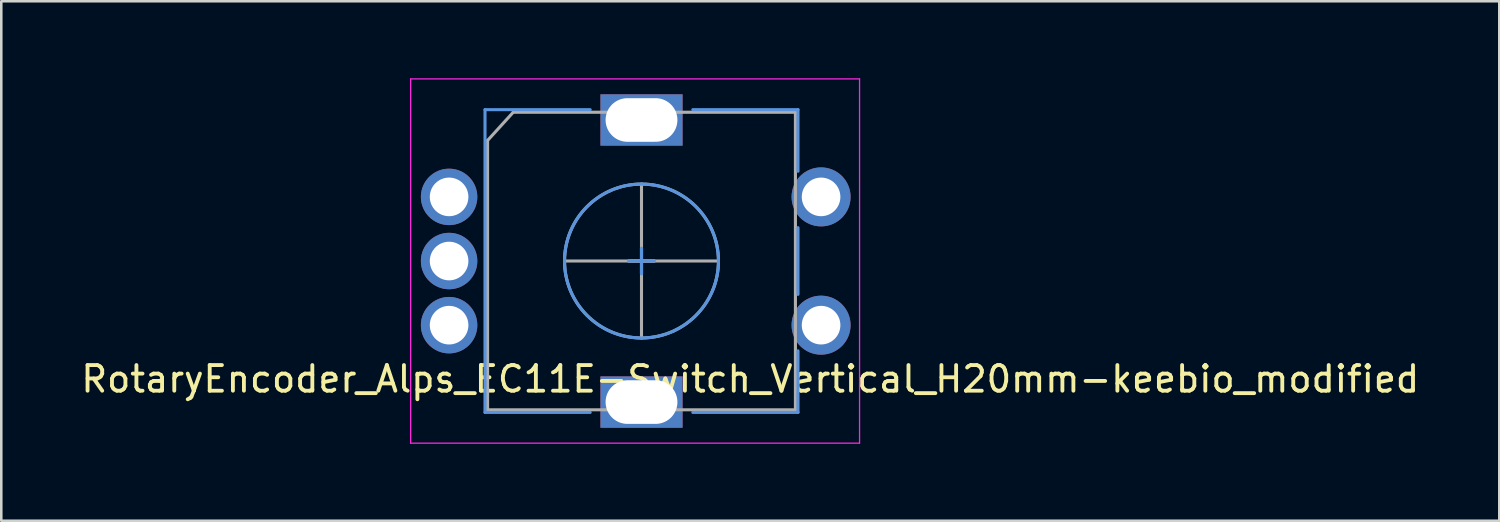
<source format=kicad_pcb>
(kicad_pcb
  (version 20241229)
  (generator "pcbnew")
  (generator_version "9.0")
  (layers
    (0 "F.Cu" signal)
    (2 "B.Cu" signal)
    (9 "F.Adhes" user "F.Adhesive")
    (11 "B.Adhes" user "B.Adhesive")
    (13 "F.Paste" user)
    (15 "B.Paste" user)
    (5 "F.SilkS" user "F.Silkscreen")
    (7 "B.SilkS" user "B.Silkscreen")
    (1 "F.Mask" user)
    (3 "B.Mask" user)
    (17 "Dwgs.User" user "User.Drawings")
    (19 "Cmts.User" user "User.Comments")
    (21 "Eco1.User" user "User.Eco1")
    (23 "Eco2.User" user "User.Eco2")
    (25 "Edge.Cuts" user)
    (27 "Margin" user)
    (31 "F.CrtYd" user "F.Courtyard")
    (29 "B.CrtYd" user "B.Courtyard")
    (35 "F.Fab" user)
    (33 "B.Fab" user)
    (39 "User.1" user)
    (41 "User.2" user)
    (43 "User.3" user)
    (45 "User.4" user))
  (footprint "RotaryEncoder_Alps_EC11E-Switch_Vertical_H20mm-keebio_modified"
    (layer "F.Cu")
    (at 21.956 7.125)
    (property "Reference" "RotaryEncoder_Alps_EC11E-Switch_Vertical_H20mm-keebio_modified" (at 4.24 4.6 180) (layer "F.SilkS") (effects (font (size 1 1) (thickness 0.15))))
    (attr through_hole)
    (fp_line (start -0.5 0) (end 0.5 0) (stroke (width 0.12) (type solid)) (layer "B.SilkS"))
    (fp_line (start 0 -0.5) (end 0 0.5) (stroke (width 0.12) (type solid)) (layer "B.SilkS"))
    (fp_line (start -6.1 -5.9) (end -6.1 5.9) (stroke (width 0.12) (type solid)) (layer "Cmts.User"))
    (fp_line (start -2 -5.9) (end -6.1 -5.9) (stroke (width 0.12) (type solid)) (layer "Cmts.User"))
    (fp_line (start -2 5.9) (end -6.1 5.9) (stroke (width 0.12) (type solid)) (layer "Cmts.User"))
    (fp_line (start -0.5 0) (end 0.5 0) (stroke (width 0.12) (type solid)) (layer "Cmts.User"))
    (fp_line (start 0 -0.5) (end 0 0.5) (stroke (width 0.12) (type solid)) (layer "Cmts.User"))
    (fp_line (start 2 -5.9) (end 6.1 -5.9) (stroke (width 0.12) (type solid)) (layer "Cmts.User"))
    (fp_line (start 6.1 -5.9) (end 6.1 -3.5) (stroke (width 0.12) (type solid)) (layer "Cmts.User"))
    (fp_line (start 6.1 -1.3) (end 6.1 1.3) (stroke (width 0.12) (type solid)) (layer "Cmts.User"))
    (fp_line (start 6.1 3.5) (end 6.1 5.9) (stroke (width 0.12) (type solid)) (layer "Cmts.User"))
    (fp_line (start 6.1 5.9) (end 2 5.9) (stroke (width 0.12) (type solid)) (layer "Cmts.User"))
    (fp_circle (center 0 0) (end 3 0) (stroke (width 0.12) (type solid)) (fill no) (layer "Cmts.User"))
    (fp_circle (center 0 -5.5) (end 0.85 -5.5) (stroke (width 0.001) (type solid)) (fill no) (layer "Eco1.User"))
    (fp_circle (center 0 5.5) (end 0.85 5.5) (stroke (width 0.001) (type solid)) (fill no) (layer "Eco1.User"))
    (fp_line (start -9 -7.1) (end -9 7.1) (stroke (width 0.05) (type solid)) (layer "F.CrtYd"))
    (fp_line (start -9 -7.1) (end 8.5 -7.1) (stroke (width 0.05) (type solid)) (layer "F.CrtYd"))
    (fp_line (start 8.5 7.1) (end -9 7.1) (stroke (width 0.05) (type solid)) (layer "F.CrtYd"))
    (fp_line (start 8.5 7.1) (end 8.5 -7.1) (stroke (width 0.05) (type solid)) (layer "F.CrtYd"))
    (fp_line (start -6 -4.7) (end -5 -5.8) (stroke (width 0.12) (type solid)) (layer "F.Fab"))
    (fp_line (start -6 5.8) (end -6 -4.7) (stroke (width 0.12) (type solid)) (layer "F.Fab"))
    (fp_line (start -5 -5.8) (end 6 -5.8) (stroke (width 0.12) (type solid)) (layer "F.Fab"))
    (fp_line (start -3 0) (end 3 0) (stroke (width 0.12) (type solid)) (layer "F.Fab"))
    (fp_line (start 0 -3) (end 0 3) (stroke (width 0.12) (type solid)) (layer "F.Fab"))
    (fp_line (start 6 -5.8) (end 6 5.8) (stroke (width 0.12) (type solid)) (layer "F.Fab"))
    (fp_line (start 6 5.8) (end -6 5.8) (stroke (width 0.12) (type solid)) (layer "F.Fab"))
    (fp_circle (center 0 0) (end 3 0) (stroke (width 0.12) (type solid)) (fill no) (layer "F.Fab"))
    (fp_line (start -6.1 -5.9) (end -6.1 5.9) (stroke (width 0.12) (type solid)) (layer "User.3"))
    (fp_line (start -2 -5.9) (end -6.1 -5.9) (stroke (width 0.12) (type solid)) (layer "User.3"))
    (fp_line (start -2 5.9) (end -6.1 5.9) (stroke (width 0.12) (type solid)) (layer "User.3"))
    (fp_line (start 2 -5.9) (end 6.1 -5.9) (stroke (width 0.12) (type solid)) (layer "User.3"))
    (fp_line (start 6.1 -5.9) (end 6.1 -3.5) (stroke (width 0.12) (type solid)) (layer "User.3"))
    (fp_line (start 6.1 -1.3) (end 6.1 1.3) (stroke (width 0.12) (type solid)) (layer "User.3"))
    (fp_line (start 6.1 3.5) (end 6.1 5.9) (stroke (width 0.12) (type solid)) (layer "User.3"))
    (fp_line (start 6.1 5.9) (end 2 5.9) (stroke (width 0.12) (type solid)) (layer "User.3"))
    (fp_circle (center 0 0) (end 3 0) (stroke (width 0.12) (type solid)) (fill no) (layer "User.3"))
    (pad "A" thru_hole circle (at -7.5 -2.5) (size 2.2 2.2) (drill 1.505) (layers "*.Cu" "*.Mask"))
    (pad "B" thru_hole circle (at -7.5 2.5) (size 2.2 2.2) (drill 1.505) (layers "*.Cu" "*.Mask"))
    (pad "C" thru_hole circle (at -7.5 0) (size 2.2 2.2) (drill 1.505) (layers "*.Cu" "*.Mask"))
    (pad "MP" thru_hole rect (at 0 -5.498) (size 3.2 2) (drill oval 2.8 1.7) (layers "*.Cu" "*.Mask"))
    (pad "MP" thru_hole rect (at 0 5.498) (size 3.2 2) (drill oval 2.8 1.7) (layers "*.Cu" "*.Mask"))
    (pad "S1" thru_hole circle (at 7 2.5) (size 2.3 2.3) (drill 1.505) (layers "*.Cu" "*.Mask"))
    (pad "S2" thru_hole circle (at 7 -2.5) (size 2.3 2.3) (drill 1.505) (layers "*.Cu" "*.Mask")))
  (gr_rect
    (start -3 -3)
    (end 55.393 17.25)
    (stroke (width 0.1) (type default))
    (fill no)
    (layer "Edge.Cuts")))
</source>
